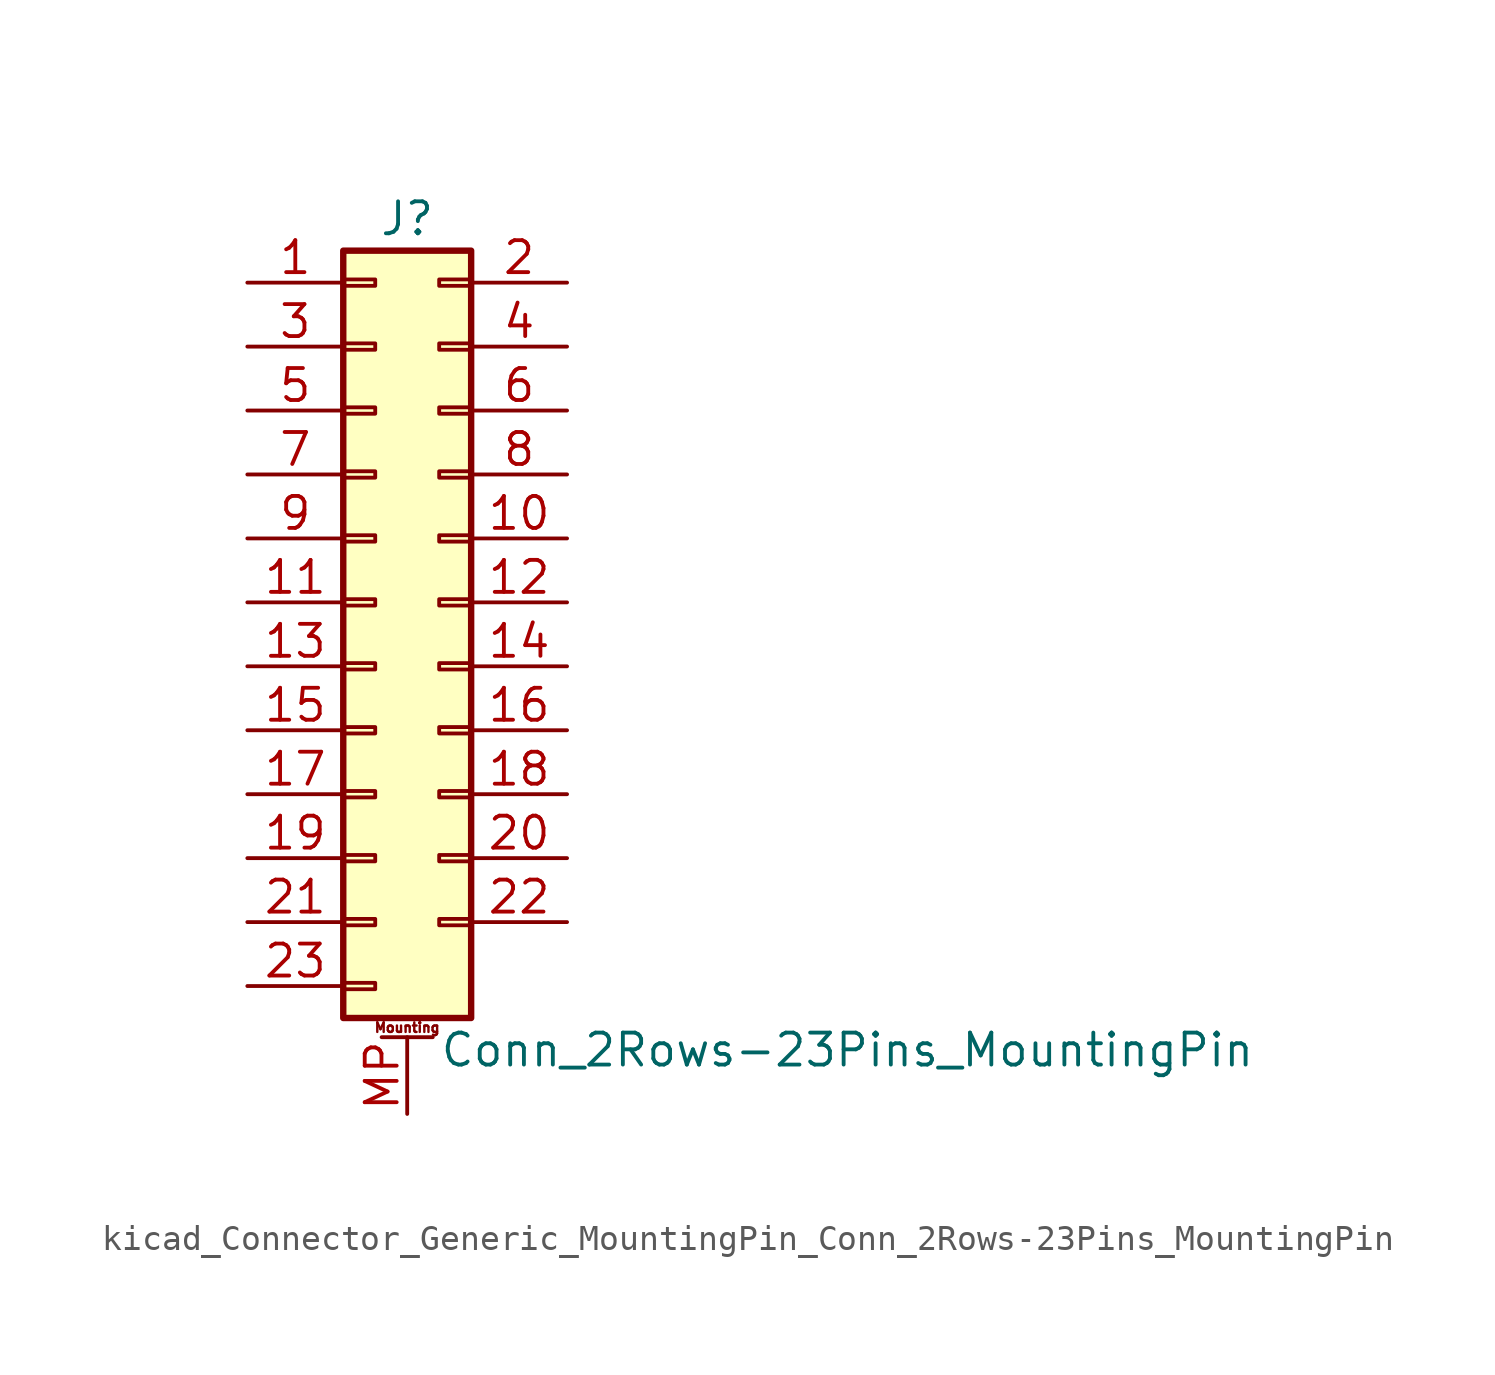
<source format=kicad_sym>
(kicad_symbol_lib
  (version 20220914)
  (generator kicad_symbol_editor)
  (symbol "kicad_Connector_Generic_MountingPin_Conn_2Rows-23Pins_MountingPin"
    (pin_names
      (offset 1.016) hide)
    (property "Reference" "J"
      (at 1.27 15.24 0)
      (effects (font (size 1.27 1.27))))
    (property "Value" "Conn_2Rows-23Pins_MountingPin"
      (at 2.54 -17.78 0)
      (effects (font (size 1.27 1.27)) (justify left)))
    (symbol "kicad_Connector_Generic_MountingPin_Conn_2Rows-23Pins_MountingPin_1_1"
      (rectangle (start -1.27 -15.113) (end 0 -15.367) (stroke (width 0.152) (type default)) (fill (type none)))
      (rectangle (start -1.27 -12.573) (end 0 -12.827) (stroke (width 0.152) (type default)) (fill (type none)))
      (rectangle (start -1.27 -10.033) (end 0 -10.287) (stroke (width 0.152) (type default)) (fill (type none)))
      (rectangle (start -1.27 -7.493) (end 0 -7.747) (stroke (width 0.152) (type default)) (fill (type none)))
      (rectangle (start -1.27 -4.953) (end 0 -5.207) (stroke (width 0.152) (type default)) (fill (type none)))
      (rectangle (start -1.27 -2.413) (end 0 -2.667) (stroke (width 0.152) (type default)) (fill (type none)))
      (rectangle (start -1.27 0.127) (end 0 -0.127) (stroke (width 0.152) (type default)) (fill (type none)))
      (rectangle (start -1.27 2.667) (end 0 2.413) (stroke (width 0.152) (type default)) (fill (type none)))
      (rectangle (start -1.27 5.207) (end 0 4.953) (stroke (width 0.152) (type default)) (fill (type none)))
      (rectangle (start -1.27 7.747) (end 0 7.493) (stroke (width 0.152) (type default)) (fill (type none)))
      (rectangle (start -1.27 10.287) (end 0 10.033) (stroke (width 0.152) (type default)) (fill (type none)))
      (rectangle (start -1.27 12.827) (end 0 12.573) (stroke (width 0.152) (type default)) (fill (type none)))
      (rectangle (start -1.27 13.97) (end 3.81 -16.51) (stroke (width 0.254) (type default)) (fill (type background)))
      (polyline (pts (xy 0.254 -17.272) (xy 2.286 -17.272)) (stroke (width 0.152) (type default)) (fill (type none)))
      (rectangle (start 3.81 -12.573) (end 2.54 -12.827) (stroke (width 0.152) (type default)) (fill (type none)))
      (rectangle (start 3.81 -10.033) (end 2.54 -10.287) (stroke (width 0.152) (type default)) (fill (type none)))
      (rectangle (start 3.81 -7.493) (end 2.54 -7.747) (stroke (width 0.152) (type default)) (fill (type none)))
      (rectangle (start 3.81 -4.953) (end 2.54 -5.207) (stroke (width 0.152) (type default)) (fill (type none)))
      (rectangle (start 3.81 -2.413) (end 2.54 -2.667) (stroke (width 0.152) (type default)) (fill (type none)))
      (rectangle (start 3.81 0.127) (end 2.54 -0.127) (stroke (width 0.152) (type default)) (fill (type none)))
      (rectangle (start 3.81 2.667) (end 2.54 2.413) (stroke (width 0.152) (type default)) (fill (type none)))
      (rectangle (start 3.81 5.207) (end 2.54 4.953) (stroke (width 0.152) (type default)) (fill (type none)))
      (rectangle (start 3.81 7.747) (end 2.54 7.493) (stroke (width 0.152) (type default)) (fill (type none)))
      (rectangle (start 3.81 10.287) (end 2.54 10.033) (stroke (width 0.152) (type default)) (fill (type none)))
      (rectangle (start 3.81 12.827) (end 2.54 12.573) (stroke (width 0.152) (type default)) (fill (type none)))
      (text "Mounting" (at 1.27 -16.891 0) (effects (font (size 0.381 0.381))))
      (pin passive line (at -5.08 12.7 0) (length 3.81) (name "Pin_1" (effects (font (size 1.27 1.27)))) (number "1" (effects (font (size 1.27 1.27)))))
      (pin passive line (at 7.62 2.54 180) (length 3.81) (name "Pin_10" (effects (font (size 1.27 1.27)))) (number "10" (effects (font (size 1.27 1.27)))))
      (pin passive line (at -5.08 0 0) (length 3.81) (name "Pin_11" (effects (font (size 1.27 1.27)))) (number "11" (effects (font (size 1.27 1.27)))))
      (pin passive line (at 7.62 0 180) (length 3.81) (name "Pin_12" (effects (font (size 1.27 1.27)))) (number "12" (effects (font (size 1.27 1.27)))))
      (pin passive line (at -5.08 -2.54 0) (length 3.81) (name "Pin_13" (effects (font (size 1.27 1.27)))) (number "13" (effects (font (size 1.27 1.27)))))
      (pin passive line (at 7.62 -2.54 180) (length 3.81) (name "Pin_14" (effects (font (size 1.27 1.27)))) (number "14" (effects (font (size 1.27 1.27)))))
      (pin passive line (at -5.08 -5.08 0) (length 3.81) (name "Pin_15" (effects (font (size 1.27 1.27)))) (number "15" (effects (font (size 1.27 1.27)))))
      (pin passive line (at 7.62 -5.08 180) (length 3.81) (name "Pin_16" (effects (font (size 1.27 1.27)))) (number "16" (effects (font (size 1.27 1.27)))))
      (pin passive line (at -5.08 -7.62 0) (length 3.81) (name "Pin_17" (effects (font (size 1.27 1.27)))) (number "17" (effects (font (size 1.27 1.27)))))
      (pin passive line (at 7.62 -7.62 180) (length 3.81) (name "Pin_18" (effects (font (size 1.27 1.27)))) (number "18" (effects (font (size 1.27 1.27)))))
      (pin passive line (at -5.08 -10.16 0) (length 3.81) (name "Pin_19" (effects (font (size 1.27 1.27)))) (number "19" (effects (font (size 1.27 1.27)))))
      (pin passive line (at 7.62 12.7 180) (length 3.81) (name "Pin_2" (effects (font (size 1.27 1.27)))) (number "2" (effects (font (size 1.27 1.27)))))
      (pin passive line (at 7.62 -10.16 180) (length 3.81) (name "Pin_20" (effects (font (size 1.27 1.27)))) (number "20" (effects (font (size 1.27 1.27)))))
      (pin passive line (at -5.08 -12.7 0) (length 3.81) (name "Pin_21" (effects (font (size 1.27 1.27)))) (number "21" (effects (font (size 1.27 1.27)))))
      (pin passive line (at 7.62 -12.7 180) (length 3.81) (name "Pin_22" (effects (font (size 1.27 1.27)))) (number "22" (effects (font (size 1.27 1.27)))))
      (pin passive line (at -5.08 -15.24 0) (length 3.81) (name "Pin_23" (effects (font (size 1.27 1.27)))) (number "23" (effects (font (size 1.27 1.27)))))
      (pin passive line (at -5.08 10.16 0) (length 3.81) (name "Pin_3" (effects (font (size 1.27 1.27)))) (number "3" (effects (font (size 1.27 1.27)))))
      (pin passive line (at 7.62 10.16 180) (length 3.81) (name "Pin_4" (effects (font (size 1.27 1.27)))) (number "4" (effects (font (size 1.27 1.27)))))
      (pin passive line (at -5.08 7.62 0) (length 3.81) (name "Pin_5" (effects (font (size 1.27 1.27)))) (number "5" (effects (font (size 1.27 1.27)))))
      (pin passive line (at 7.62 7.62 180) (length 3.81) (name "Pin_6" (effects (font (size 1.27 1.27)))) (number "6" (effects (font (size 1.27 1.27)))))
      (pin passive line (at -5.08 5.08 0) (length 3.81) (name "Pin_7" (effects (font (size 1.27 1.27)))) (number "7" (effects (font (size 1.27 1.27)))))
      (pin passive line (at 7.62 5.08 180) (length 3.81) (name "Pin_8" (effects (font (size 1.27 1.27)))) (number "8" (effects (font (size 1.27 1.27)))))
      (pin passive line (at -5.08 2.54 0) (length 3.81) (name "Pin_9" (effects (font (size 1.27 1.27)))) (number "9" (effects (font (size 1.27 1.27)))))
      (pin passive line (at 1.27 -20.32 90) (length 3.048) (name "MountPin" (effects (font (size 1.27 1.27)))) (number "MP" (effects (font (size 1.27 1.27))))))))
</source>
